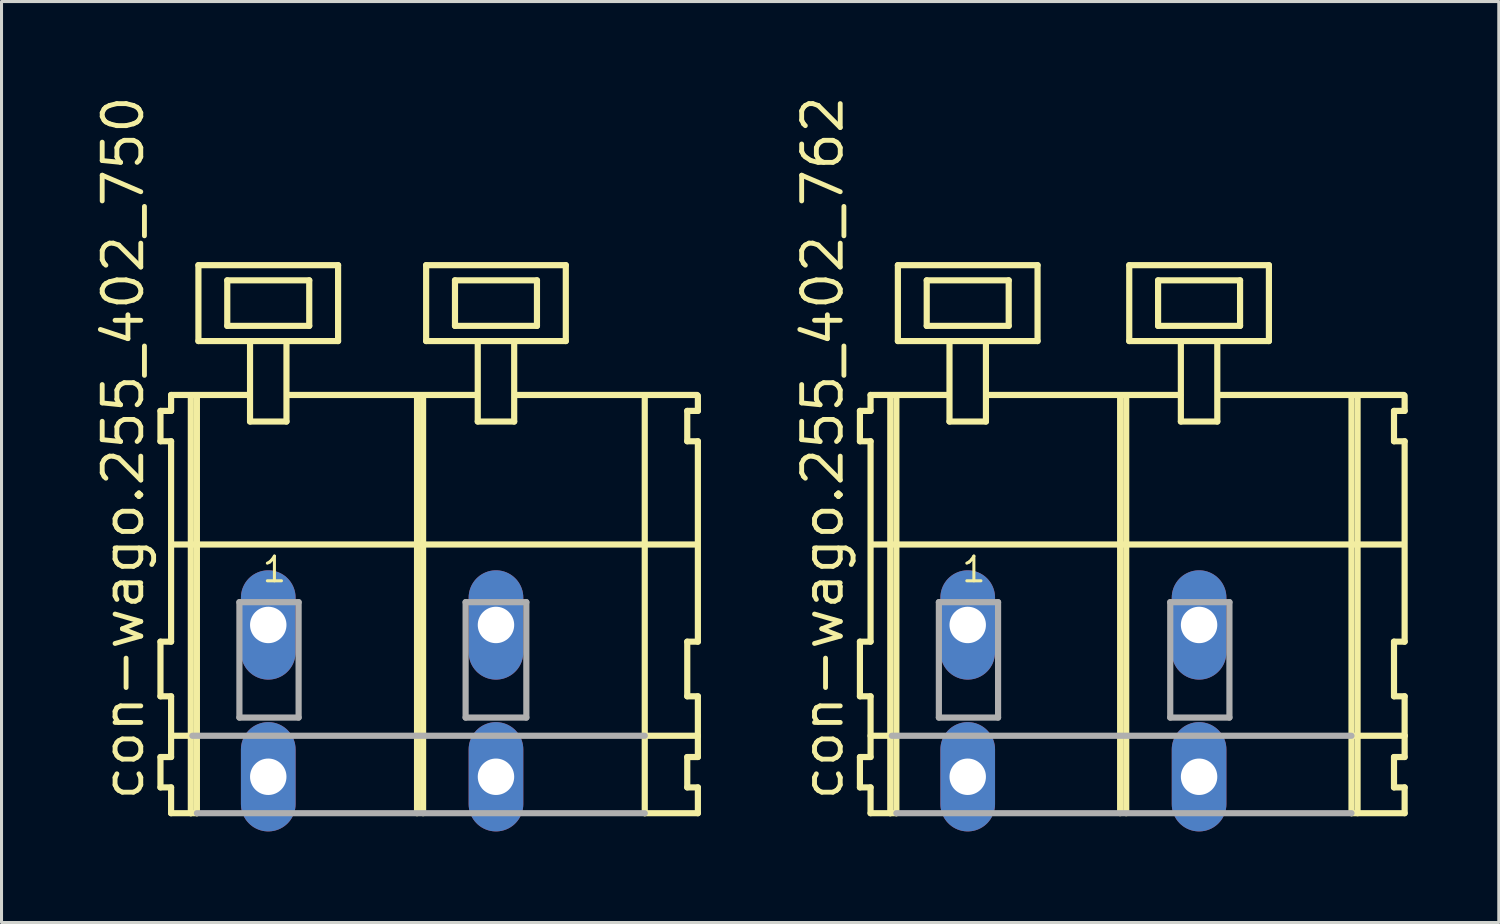
<source format=kicad_pcb>
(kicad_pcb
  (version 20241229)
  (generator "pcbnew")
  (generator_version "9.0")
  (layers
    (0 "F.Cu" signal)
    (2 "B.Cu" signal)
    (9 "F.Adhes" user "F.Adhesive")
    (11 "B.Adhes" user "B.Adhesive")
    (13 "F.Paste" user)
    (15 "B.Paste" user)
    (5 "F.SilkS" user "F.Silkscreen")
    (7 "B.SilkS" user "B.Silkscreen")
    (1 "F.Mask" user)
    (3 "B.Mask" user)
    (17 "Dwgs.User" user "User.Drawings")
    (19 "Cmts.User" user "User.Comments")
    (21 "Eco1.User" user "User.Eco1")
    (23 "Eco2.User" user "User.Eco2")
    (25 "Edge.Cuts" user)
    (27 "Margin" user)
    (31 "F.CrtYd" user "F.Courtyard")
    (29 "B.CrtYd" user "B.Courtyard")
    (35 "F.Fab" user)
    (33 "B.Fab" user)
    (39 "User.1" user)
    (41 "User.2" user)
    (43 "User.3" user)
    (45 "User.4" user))
  (footprint "con-wago.255_402_762"
    (layer "F.Cu")
    (at 33.902 17.533)
    (property "Reference" "con-wago.255_402_762" (at -9.115 5.855 90) (layer "F.SilkS") (effects (font (size 1.27 1.27) (thickness 0.16)) (justify left bottom)))
    (attr through_hole)
    (fp_line (start -8.63 -7.05) (end -8.63 -6.05) (stroke (width 0.203) (type default)) (layer "F.SilkS"))
    (fp_line (start -8.63 -6.05) (end -8.28 -6.05) (stroke (width 0.203) (type default)) (layer "F.SilkS"))
    (fp_line (start -8.63 0.55) (end -8.63 2.35) (stroke (width 0.203) (type default)) (layer "F.SilkS"))
    (fp_line (start -8.63 2.35) (end -8.28 2.35) (stroke (width 0.203) (type default)) (layer "F.SilkS"))
    (fp_line (start -8.63 4.35) (end -8.63 5.35) (stroke (width 0.203) (type default)) (layer "F.SilkS"))
    (fp_line (start -8.63 5.35) (end -8.28 5.35) (stroke (width 0.203) (type default)) (layer "F.SilkS"))
    (fp_line (start -8.28 -7.575) (end -8.28 -7.05) (stroke (width 0.203) (type default)) (layer "F.SilkS"))
    (fp_line (start -8.28 -7.575) (end -5.705 -7.575) (stroke (width 0.203) (type default)) (layer "F.SilkS"))
    (fp_line (start -8.28 -7.05) (end -8.63 -7.05) (stroke (width 0.203) (type default)) (layer "F.SilkS"))
    (fp_line (start -8.28 -6.05) (end -8.28 0.55) (stroke (width 0.203) (type default)) (layer "F.SilkS"))
    (fp_line (start -8.28 0.55) (end -8.63 0.55) (stroke (width 0.203) (type default)) (layer "F.SilkS"))
    (fp_line (start -8.28 2.35) (end -8.28 4.35) (stroke (width 0.203) (type default)) (layer "F.SilkS"))
    (fp_line (start -8.28 3.65) (end -7.58 3.65) (stroke (width 0.203) (type default)) (layer "F.SilkS"))
    (fp_line (start -8.28 4.35) (end -8.63 4.35) (stroke (width 0.203) (type default)) (layer "F.SilkS"))
    (fp_line (start -8.28 5.35) (end -8.28 6.2) (stroke (width 0.203) (type default)) (layer "F.SilkS"))
    (fp_line (start -8.28 6.2) (end -7.63 6.2) (stroke (width 0.203) (type default)) (layer "F.SilkS"))
    (fp_line (start -8.23 -2.65) (end 9.26 -2.65) (stroke (width 0.203) (type default)) (layer "F.SilkS"))
    (fp_line (start -7.63 -7.55) (end -7.63 6.2) (stroke (width 0.203) (type default)) (layer "F.SilkS"))
    (fp_line (start -7.63 6.2) (end -7.43 6.2) (stroke (width 0.203) (type default)) (layer "F.SilkS"))
    (fp_line (start -7.43 -7.55) (end -7.43 6.2) (stroke (width 0.203) (type default)) (layer "F.SilkS"))
    (fp_line (start -7.38 -11.85) (end -7.38 -9.35) (stroke (width 0.203) (type default)) (layer "F.SilkS"))
    (fp_line (start -7.38 -9.35) (end -5.68 -9.35) (stroke (width 0.203) (type default)) (layer "F.SilkS"))
    (fp_line (start -6.43 -11.35) (end -6.43 -9.85) (stroke (width 0.203) (type default)) (layer "F.SilkS"))
    (fp_line (start -6.43 -9.85) (end -3.73 -9.85) (stroke (width 0.203) (type default)) (layer "F.SilkS"))
    (fp_line (start -5.68 -9.35) (end -5.68 -6.7) (stroke (width 0.203) (type default)) (layer "F.SilkS"))
    (fp_line (start -5.68 -9.35) (end -4.48 -9.35) (stroke (width 0.203) (type default)) (layer "F.SilkS"))
    (fp_line (start -5.68 -6.7) (end -4.48 -6.7) (stroke (width 0.203) (type default)) (layer "F.SilkS"))
    (fp_line (start -4.48 -9.35) (end -2.78 -9.35) (stroke (width 0.203) (type default)) (layer "F.SilkS"))
    (fp_line (start -4.48 -6.7) (end -4.48 -9.35) (stroke (width 0.203) (type default)) (layer "F.SilkS"))
    (fp_line (start -4.455 -7.575) (end 1.919 -7.575) (stroke (width 0.203) (type default)) (layer "F.SilkS"))
    (fp_line (start -3.73 -11.35) (end -6.43 -11.35) (stroke (width 0.203) (type default)) (layer "F.SilkS"))
    (fp_line (start -3.73 -9.85) (end -3.73 -11.35) (stroke (width 0.203) (type default)) (layer "F.SilkS"))
    (fp_line (start -2.78 -11.85) (end -7.38 -11.85) (stroke (width 0.203) (type default)) (layer "F.SilkS"))
    (fp_line (start -2.78 -9.35) (end -2.78 -11.85) (stroke (width 0.203) (type default)) (layer "F.SilkS"))
    (fp_line (start -0.06 -7.55) (end -0.06 6.2) (stroke (width 0.203) (type default)) (layer "F.SilkS"))
    (fp_line (start 0.14 -7.55) (end 0.14 6.2) (stroke (width 0.203) (type default)) (layer "F.SilkS"))
    (fp_line (start 0.24 -11.85) (end 0.24 -9.35) (stroke (width 0.203) (type default)) (layer "F.SilkS"))
    (fp_line (start 0.24 -9.35) (end 1.94 -9.35) (stroke (width 0.203) (type default)) (layer "F.SilkS"))
    (fp_line (start 1.19 -11.35) (end 1.19 -9.85) (stroke (width 0.203) (type default)) (layer "F.SilkS"))
    (fp_line (start 1.19 -9.85) (end 3.89 -9.85) (stroke (width 0.203) (type default)) (layer "F.SilkS"))
    (fp_line (start 1.94 -9.35) (end 1.94 -6.7) (stroke (width 0.203) (type default)) (layer "F.SilkS"))
    (fp_line (start 1.94 -9.35) (end 3.14 -9.35) (stroke (width 0.203) (type default)) (layer "F.SilkS"))
    (fp_line (start 1.94 -6.7) (end 3.14 -6.7) (stroke (width 0.203) (type default)) (layer "F.SilkS"))
    (fp_line (start 3.14 -9.35) (end 4.84 -9.35) (stroke (width 0.203) (type default)) (layer "F.SilkS"))
    (fp_line (start 3.14 -6.7) (end 3.14 -9.35) (stroke (width 0.203) (type default)) (layer "F.SilkS"))
    (fp_line (start 3.165 -7.575) (end 9.285 -7.575) (stroke (width 0.203) (type default)) (layer "F.SilkS"))
    (fp_line (start 3.89 -11.35) (end 1.19 -11.35) (stroke (width 0.203) (type default)) (layer "F.SilkS"))
    (fp_line (start 3.89 -9.85) (end 3.89 -11.35) (stroke (width 0.203) (type default)) (layer "F.SilkS"))
    (fp_line (start 4.84 -11.85) (end 0.24 -11.85) (stroke (width 0.203) (type default)) (layer "F.SilkS"))
    (fp_line (start 4.84 -9.35) (end 4.84 -11.85) (stroke (width 0.203) (type default)) (layer "F.SilkS"))
    (fp_line (start 7.56 -7.55) (end 7.56 6.2) (stroke (width 0.203) (type default)) (layer "F.SilkS"))
    (fp_line (start 7.56 6.2) (end 9.31 6.2) (stroke (width 0.203) (type default)) (layer "F.SilkS"))
    (fp_line (start 7.61 3.65) (end 9.31 3.65) (stroke (width 0.203) (type default)) (layer "F.SilkS"))
    (fp_line (start 7.76 -7.55) (end 7.76 6.2) (stroke (width 0.203) (type default)) (layer "F.SilkS"))
    (fp_line (start 8.96 -7.05) (end 8.96 -6.05) (stroke (width 0.203) (type default)) (layer "F.SilkS"))
    (fp_line (start 8.96 -6.05) (end 9.31 -6.05) (stroke (width 0.203) (type default)) (layer "F.SilkS"))
    (fp_line (start 8.96 0.55) (end 8.96 2.35) (stroke (width 0.203) (type default)) (layer "F.SilkS"))
    (fp_line (start 8.96 2.35) (end 9.31 2.35) (stroke (width 0.203) (type default)) (layer "F.SilkS"))
    (fp_line (start 8.96 4.35) (end 8.96 5.35) (stroke (width 0.203) (type default)) (layer "F.SilkS"))
    (fp_line (start 8.96 5.35) (end 9.31 5.35) (stroke (width 0.203) (type default)) (layer "F.SilkS"))
    (fp_line (start 9.31 -7.05) (end 8.96 -7.05) (stroke (width 0.203) (type default)) (layer "F.SilkS"))
    (fp_line (start 9.31 -7.05) (end 9.31 -7.55) (stroke (width 0.203) (type default)) (layer "F.SilkS"))
    (fp_line (start 9.31 0.55) (end 8.96 0.55) (stroke (width 0.203) (type default)) (layer "F.SilkS"))
    (fp_line (start 9.31 0.55) (end 9.31 -6.05) (stroke (width 0.203) (type default)) (layer "F.SilkS"))
    (fp_line (start 9.31 3.65) (end 9.31 2.35) (stroke (width 0.203) (type default)) (layer "F.SilkS"))
    (fp_line (start 9.31 4.35) (end 8.96 4.35) (stroke (width 0.203) (type default)) (layer "F.SilkS"))
    (fp_line (start 9.31 4.35) (end 9.31 3.65) (stroke (width 0.203) (type default)) (layer "F.SilkS"))
    (fp_line (start 9.31 6.2) (end 9.31 5.35) (stroke (width 0.203) (type default)) (layer "F.SilkS"))
    (fp_line (start -7.58 3.65) (end 7.56 3.65) (stroke (width 0.203) (type default)) (layer "F.Fab"))
    (fp_line (start -7.43 6.2) (end 7.56 6.2) (stroke (width 0.203) (type default)) (layer "F.Fab"))
    (fp_line (start -6.03 -0.75) (end -6.03 3.05) (stroke (width 0.203) (type default)) (layer "F.Fab"))
    (fp_line (start -6.03 3.05) (end -4.08 3.05) (stroke (width 0.203) (type default)) (layer "F.Fab"))
    (fp_line (start -4.08 -0.75) (end -6.03 -0.75) (stroke (width 0.203) (type default)) (layer "F.Fab"))
    (fp_line (start -4.08 3.05) (end -4.08 -0.75) (stroke (width 0.203) (type default)) (layer "F.Fab"))
    (fp_line (start 1.59 -0.75) (end 1.59 3.05) (stroke (width 0.203) (type default)) (layer "F.Fab"))
    (fp_line (start 1.59 3.05) (end 3.54 3.05) (stroke (width 0.203) (type default)) (layer "F.Fab"))
    (fp_line (start 3.54 -0.75) (end 1.59 -0.75) (stroke (width 0.203) (type default)) (layer "F.Fab"))
    (fp_line (start 3.54 3.05) (end 3.54 -0.75) (stroke (width 0.203) (type default)) (layer "F.Fab"))
    (fp_text user "1" (at -5.33 -1.35 0) (layer "F.SilkS") (effects (font (size 0.813 0.813) (thickness 0.1)) (justify left bottom)))
    (pad "A1" thru_hole oval (at -5.08 0 90) (size 3.6 1.8) (drill 1.2) (layers "*.Cu" "*.Mask"))
    (pad "A2" thru_hole oval (at 2.54 0 90) (size 3.6 1.8) (drill 1.2) (layers "*.Cu" "*.Mask"))
    (pad "B1" thru_hole oval (at -5.08 5 90) (size 3.6 1.8) (drill 1.2) (layers "*.Cu" "*.Mask"))
    (pad "B2" thru_hole oval (at 2.54 5 90) (size 3.6 1.8) (drill 1.2) (layers "*.Cu" "*.Mask")))
  (footprint "con-wago.255_402_750"
    (layer "F.Cu")
    (at 10.785 17.533)
    (property "Reference" "con-wago.255_402_750" (at -9.035 5.855 90) (layer "F.SilkS") (effects (font (size 1.27 1.27) (thickness 0.16)) (justify left bottom)))
    (attr through_hole)
    (fp_line (start -8.55 -7.05) (end -8.55 -6.05) (stroke (width 0.203) (type default)) (layer "F.SilkS"))
    (fp_line (start -8.55 -6.05) (end -8.2 -6.05) (stroke (width 0.203) (type default)) (layer "F.SilkS"))
    (fp_line (start -8.55 0.55) (end -8.55 2.35) (stroke (width 0.203) (type default)) (layer "F.SilkS"))
    (fp_line (start -8.55 2.35) (end -8.2 2.35) (stroke (width 0.203) (type default)) (layer "F.SilkS"))
    (fp_line (start -8.55 4.35) (end -8.55 5.35) (stroke (width 0.203) (type default)) (layer "F.SilkS"))
    (fp_line (start -8.55 5.35) (end -8.2 5.35) (stroke (width 0.203) (type default)) (layer "F.SilkS"))
    (fp_line (start -8.2 -7.575) (end -8.2 -7.05) (stroke (width 0.203) (type default)) (layer "F.SilkS"))
    (fp_line (start -8.2 -7.575) (end -5.625 -7.575) (stroke (width 0.203) (type default)) (layer "F.SilkS"))
    (fp_line (start -8.2 -7.05) (end -8.55 -7.05) (stroke (width 0.203) (type default)) (layer "F.SilkS"))
    (fp_line (start -8.2 -6.05) (end -8.2 0.55) (stroke (width 0.203) (type default)) (layer "F.SilkS"))
    (fp_line (start -8.2 0.55) (end -8.55 0.55) (stroke (width 0.203) (type default)) (layer "F.SilkS"))
    (fp_line (start -8.2 2.35) (end -8.2 4.35) (stroke (width 0.203) (type default)) (layer "F.SilkS"))
    (fp_line (start -8.2 3.65) (end -7.5 3.65) (stroke (width 0.203) (type default)) (layer "F.SilkS"))
    (fp_line (start -8.2 4.35) (end -8.55 4.35) (stroke (width 0.203) (type default)) (layer "F.SilkS"))
    (fp_line (start -8.2 5.35) (end -8.2 6.2) (stroke (width 0.203) (type default)) (layer "F.SilkS"))
    (fp_line (start -8.2 6.2) (end -7.55 6.2) (stroke (width 0.203) (type default)) (layer "F.SilkS"))
    (fp_line (start -8.15 -2.65) (end 9.1 -2.65) (stroke (width 0.203) (type default)) (layer "F.SilkS"))
    (fp_line (start -7.55 -7.55) (end -7.55 6.2) (stroke (width 0.203) (type default)) (layer "F.SilkS"))
    (fp_line (start -7.55 6.2) (end -7.35 6.2) (stroke (width 0.203) (type default)) (layer "F.SilkS"))
    (fp_line (start -7.35 -7.55) (end -7.35 6.2) (stroke (width 0.203) (type default)) (layer "F.SilkS"))
    (fp_line (start -7.3 -11.85) (end -7.3 -9.35) (stroke (width 0.203) (type default)) (layer "F.SilkS"))
    (fp_line (start -7.3 -9.35) (end -5.6 -9.35) (stroke (width 0.203) (type default)) (layer "F.SilkS"))
    (fp_line (start -6.35 -11.35) (end -6.35 -9.85) (stroke (width 0.203) (type default)) (layer "F.SilkS"))
    (fp_line (start -6.35 -9.85) (end -3.65 -9.85) (stroke (width 0.203) (type default)) (layer "F.SilkS"))
    (fp_line (start -5.6 -9.35) (end -5.6 -6.7) (stroke (width 0.203) (type default)) (layer "F.SilkS"))
    (fp_line (start -5.6 -9.35) (end -4.4 -9.35) (stroke (width 0.203) (type default)) (layer "F.SilkS"))
    (fp_line (start -5.6 -6.7) (end -4.4 -6.7) (stroke (width 0.203) (type default)) (layer "F.SilkS"))
    (fp_line (start -4.4 -9.35) (end -2.7 -9.35) (stroke (width 0.203) (type default)) (layer "F.SilkS"))
    (fp_line (start -4.4 -6.7) (end -4.4 -9.35) (stroke (width 0.203) (type default)) (layer "F.SilkS"))
    (fp_line (start -4.325 -7.575) (end 1.875 -7.575) (stroke (width 0.203) (type default)) (layer "F.SilkS"))
    (fp_line (start -3.65 -11.35) (end -6.35 -11.35) (stroke (width 0.203) (type default)) (layer "F.SilkS"))
    (fp_line (start -3.65 -9.85) (end -3.65 -11.35) (stroke (width 0.203) (type default)) (layer "F.SilkS"))
    (fp_line (start -2.7 -11.85) (end -7.3 -11.85) (stroke (width 0.203) (type default)) (layer "F.SilkS"))
    (fp_line (start -2.7 -9.35) (end -2.7 -11.85) (stroke (width 0.203) (type default)) (layer "F.SilkS"))
    (fp_line (start -0.1 -7.55) (end -0.1 6.2) (stroke (width 0.203) (type default)) (layer "F.SilkS"))
    (fp_line (start 0.1 -7.55) (end 0.1 6.2) (stroke (width 0.203) (type default)) (layer "F.SilkS"))
    (fp_line (start 0.2 -11.85) (end 0.2 -9.35) (stroke (width 0.203) (type default)) (layer "F.SilkS"))
    (fp_line (start 0.2 -9.35) (end 1.9 -9.35) (stroke (width 0.203) (type default)) (layer "F.SilkS"))
    (fp_line (start 1.15 -11.35) (end 1.15 -9.85) (stroke (width 0.203) (type default)) (layer "F.SilkS"))
    (fp_line (start 1.15 -9.85) (end 3.85 -9.85) (stroke (width 0.203) (type default)) (layer "F.SilkS"))
    (fp_line (start 1.9 -9.35) (end 1.9 -6.7) (stroke (width 0.203) (type default)) (layer "F.SilkS"))
    (fp_line (start 1.9 -9.35) (end 3.1 -9.35) (stroke (width 0.203) (type default)) (layer "F.SilkS"))
    (fp_line (start 1.9 -6.7) (end 3.1 -6.7) (stroke (width 0.203) (type default)) (layer "F.SilkS"))
    (fp_line (start 3.1 -9.35) (end 4.8 -9.35) (stroke (width 0.203) (type default)) (layer "F.SilkS"))
    (fp_line (start 3.1 -6.7) (end 3.1 -9.35) (stroke (width 0.203) (type default)) (layer "F.SilkS"))
    (fp_line (start 3.125 -7.575) (end 9.125 -7.575) (stroke (width 0.203) (type default)) (layer "F.SilkS"))
    (fp_line (start 3.85 -11.35) (end 1.15 -11.35) (stroke (width 0.203) (type default)) (layer "F.SilkS"))
    (fp_line (start 3.85 -9.85) (end 3.85 -11.35) (stroke (width 0.203) (type default)) (layer "F.SilkS"))
    (fp_line (start 4.8 -11.85) (end 0.2 -11.85) (stroke (width 0.203) (type default)) (layer "F.SilkS"))
    (fp_line (start 4.8 -9.35) (end 4.8 -11.85) (stroke (width 0.203) (type default)) (layer "F.SilkS"))
    (fp_line (start 7.4 -7.55) (end 7.4 6.2) (stroke (width 0.203) (type default)) (layer "F.SilkS"))
    (fp_line (start 7.4 6.2) (end 9.15 6.2) (stroke (width 0.203) (type default)) (layer "F.SilkS"))
    (fp_line (start 7.45 3.65) (end 9.15 3.65) (stroke (width 0.203) (type default)) (layer "F.SilkS"))
    (fp_line (start 8.8 -7.05) (end 8.8 -6.05) (stroke (width 0.203) (type default)) (layer "F.SilkS"))
    (fp_line (start 8.8 -6.05) (end 9.15 -6.05) (stroke (width 0.203) (type default)) (layer "F.SilkS"))
    (fp_line (start 8.8 0.55) (end 8.8 2.35) (stroke (width 0.203) (type default)) (layer "F.SilkS"))
    (fp_line (start 8.8 2.35) (end 9.15 2.35) (stroke (width 0.203) (type default)) (layer "F.SilkS"))
    (fp_line (start 8.8 4.35) (end 8.8 5.35) (stroke (width 0.203) (type default)) (layer "F.SilkS"))
    (fp_line (start 8.8 5.35) (end 9.15 5.35) (stroke (width 0.203) (type default)) (layer "F.SilkS"))
    (fp_line (start 9.15 -7.05) (end 8.8 -7.05) (stroke (width 0.203) (type default)) (layer "F.SilkS"))
    (fp_line (start 9.15 -7.05) (end 9.15 -7.55) (stroke (width 0.203) (type default)) (layer "F.SilkS"))
    (fp_line (start 9.15 0.55) (end 8.8 0.55) (stroke (width 0.203) (type default)) (layer "F.SilkS"))
    (fp_line (start 9.15 0.55) (end 9.15 -6.05) (stroke (width 0.203) (type default)) (layer "F.SilkS"))
    (fp_line (start 9.15 3.65) (end 9.15 2.35) (stroke (width 0.203) (type default)) (layer "F.SilkS"))
    (fp_line (start 9.15 4.35) (end 8.8 4.35) (stroke (width 0.203) (type default)) (layer "F.SilkS"))
    (fp_line (start 9.15 4.35) (end 9.15 3.65) (stroke (width 0.203) (type default)) (layer "F.SilkS"))
    (fp_line (start 9.15 6.2) (end 9.15 5.35) (stroke (width 0.203) (type default)) (layer "F.SilkS"))
    (fp_line (start -7.5 3.65) (end 7.4 3.65) (stroke (width 0.203) (type default)) (layer "F.Fab"))
    (fp_line (start -7.35 6.2) (end 7.4 6.2) (stroke (width 0.203) (type default)) (layer "F.Fab"))
    (fp_line (start -5.95 -0.75) (end -5.95 3.05) (stroke (width 0.203) (type default)) (layer "F.Fab"))
    (fp_line (start -5.95 3.05) (end -4 3.05) (stroke (width 0.203) (type default)) (layer "F.Fab"))
    (fp_line (start -4 -0.75) (end -5.95 -0.75) (stroke (width 0.203) (type default)) (layer "F.Fab"))
    (fp_line (start -4 3.05) (end -4 -0.75) (stroke (width 0.203) (type default)) (layer "F.Fab"))
    (fp_line (start 1.5 -0.75) (end 1.5 3.05) (stroke (width 0.203) (type default)) (layer "F.Fab"))
    (fp_line (start 1.5 3.05) (end 3.5 3.05) (stroke (width 0.203) (type default)) (layer "F.Fab"))
    (fp_line (start 3.5 -0.75) (end 1.5 -0.75) (stroke (width 0.203) (type default)) (layer "F.Fab"))
    (fp_line (start 3.5 3.05) (end 3.5 -0.75) (stroke (width 0.203) (type default)) (layer "F.Fab"))
    (fp_text user "1" (at -5.25 -1.35 0) (layer "F.SilkS") (effects (font (size 0.813 0.813) (thickness 0.1)) (justify left bottom)))
    (pad "A1" thru_hole oval (at -5 0 90) (size 3.6 1.8) (drill 1.2) (layers "*.Cu" "*.Mask"))
    (pad "A2" thru_hole oval (at 2.5 0 90) (size 3.6 1.8) (drill 1.2) (layers "*.Cu" "*.Mask"))
    (pad "B1" thru_hole oval (at -5 5 90) (size 3.6 1.8) (drill 1.2) (layers "*.Cu" "*.Mask"))
    (pad "B2" thru_hole oval (at 2.5 5 90) (size 3.6 1.8) (drill 1.2) (layers "*.Cu" "*.Mask")))
  (gr_rect
    (start -3 -3)
    (end 46.313 27.333)
    (stroke (width 0.1) (type default))
    (fill no)
    (layer "Edge.Cuts")))
</source>
